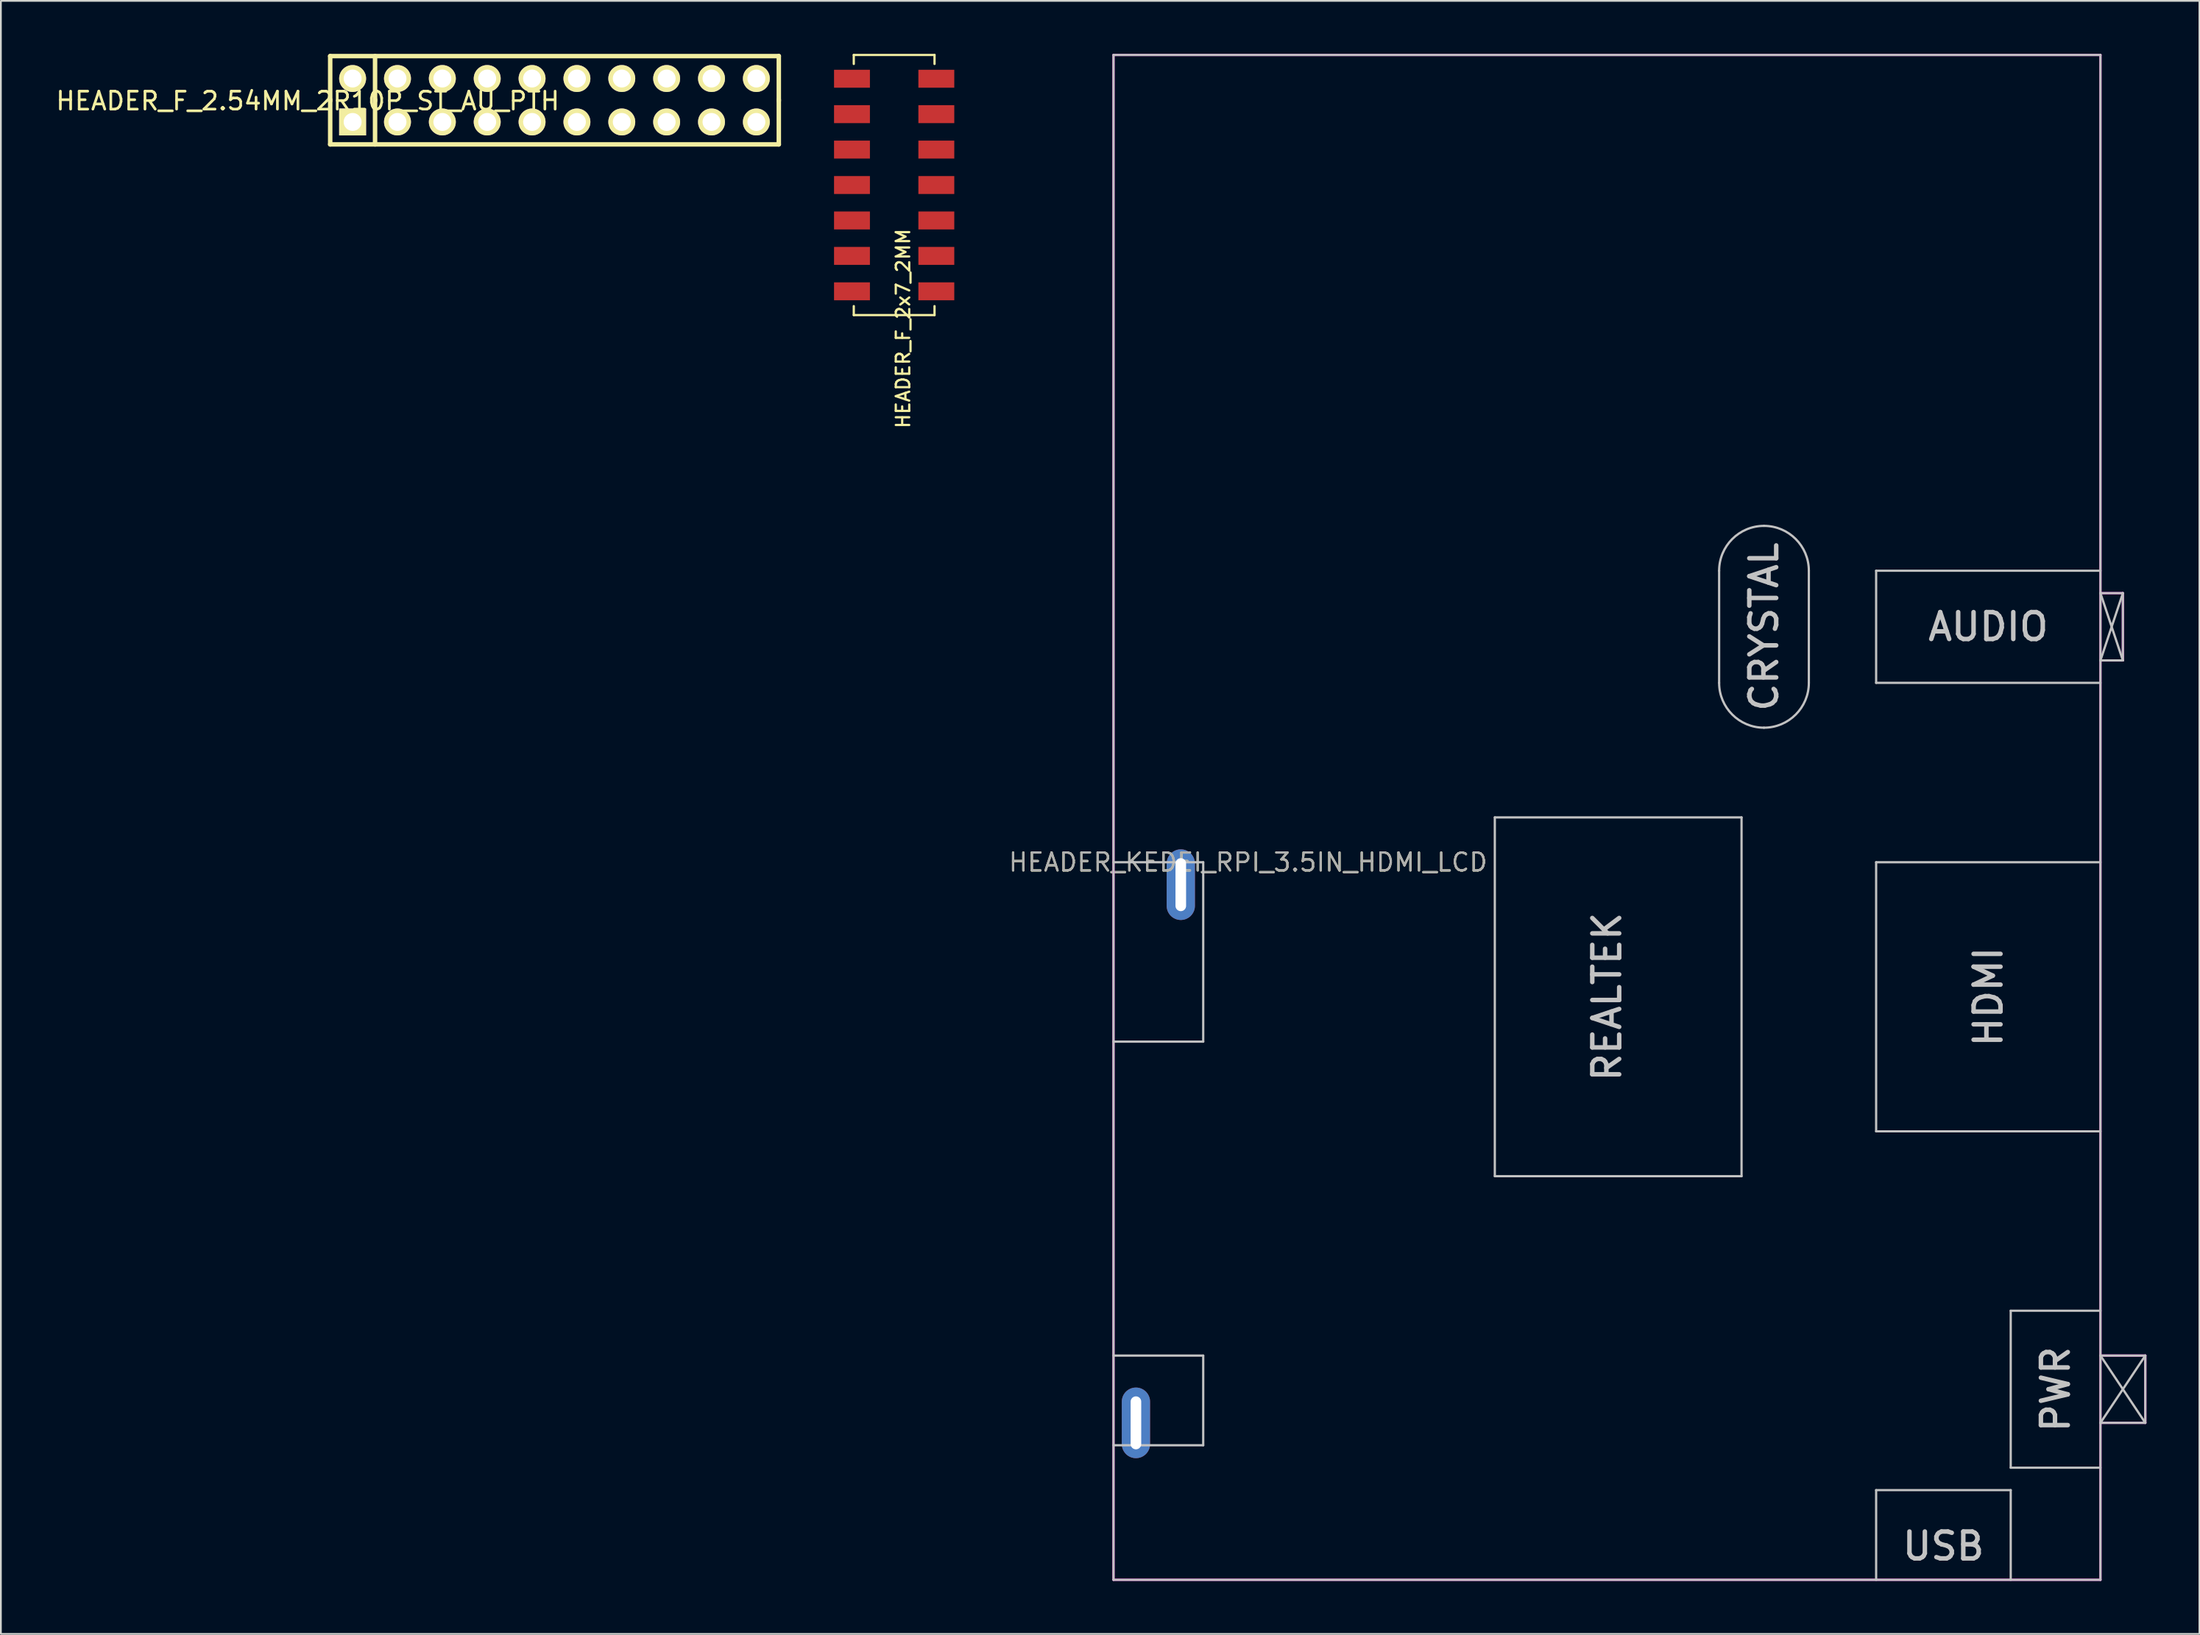
<source format=kicad_pcb>
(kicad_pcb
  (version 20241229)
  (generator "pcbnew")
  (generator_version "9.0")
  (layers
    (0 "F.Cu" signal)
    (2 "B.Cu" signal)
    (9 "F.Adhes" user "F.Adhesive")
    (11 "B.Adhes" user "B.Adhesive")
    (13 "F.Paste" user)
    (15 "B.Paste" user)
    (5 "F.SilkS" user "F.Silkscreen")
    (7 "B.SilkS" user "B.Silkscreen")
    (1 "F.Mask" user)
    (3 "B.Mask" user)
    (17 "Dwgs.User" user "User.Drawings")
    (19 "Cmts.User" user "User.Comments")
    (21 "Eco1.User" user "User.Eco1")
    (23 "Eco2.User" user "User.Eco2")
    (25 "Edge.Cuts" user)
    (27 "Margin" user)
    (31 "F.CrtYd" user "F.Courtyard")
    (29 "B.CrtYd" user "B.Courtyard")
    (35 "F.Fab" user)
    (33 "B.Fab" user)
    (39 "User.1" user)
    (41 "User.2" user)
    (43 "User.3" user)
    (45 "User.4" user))
  (footprint "HEADER_F_2x7_2MM"
    (layer "F.Cu")
    (at 47.576 7.429)
    (property "Reference" "HEADER_F_2x7_2MM" (at 0.508 8.128 90) (layer "F.SilkS") (effects (font (size 0.762 0.762) (thickness 0.127))))
    (attr through_hole)
    (fp_line (start -2.286 -7.366) (end 2.286 -7.366) (stroke (width 0.127) (type solid)) (layer "F.SilkS"))
    (fp_line (start -2.286 -6.858) (end -2.286 -7.366) (stroke (width 0.127) (type solid)) (layer "F.SilkS"))
    (fp_line (start -2.286 6.858) (end -2.286 7.366) (stroke (width 0.127) (type solid)) (layer "F.SilkS"))
    (fp_line (start -2.286 7.366) (end 2.286 7.366) (stroke (width 0.127) (type solid)) (layer "F.SilkS"))
    (fp_line (start 2.286 -7.366) (end 2.286 -6.858) (stroke (width 0.127) (type solid)) (layer "F.SilkS"))
    (fp_line (start 2.286 7.366) (end 2.286 6.858) (stroke (width 0.127) (type solid)) (layer "F.SilkS"))
    (pad "1" smd rect (at -2.388 -6.02) (size 2.032 1.016) (layers "F.Cu" "F.Mask" "F.Paste"))
    (pad "2" smd rect (at 2.388 -6.02) (size 2.032 1.016) (layers "F.Cu" "F.Mask" "F.Paste"))
    (pad "3" smd rect (at -2.388 -4.013) (size 2.032 1.016) (layers "F.Cu" "F.Mask" "F.Paste"))
    (pad "4" smd rect (at 2.388 -4.013) (size 2.032 1.016) (layers "F.Cu" "F.Mask" "F.Paste"))
    (pad "5" smd rect (at -2.388 -2.007) (size 2.032 1.016) (layers "F.Cu" "F.Mask" "F.Paste"))
    (pad "6" smd rect (at 2.388 -2.007) (size 2.032 1.016) (layers "F.Cu" "F.Mask" "F.Paste"))
    (pad "7" smd rect (at -2.388 0) (size 2.032 1.016) (layers "F.Cu" "F.Mask" "F.Paste"))
    (pad "8" smd rect (at 2.388 0) (size 2.032 1.016) (layers "F.Cu" "F.Mask" "F.Paste"))
    (pad "9" smd rect (at -2.388 2.007) (size 2.032 1.016) (layers "F.Cu" "F.Mask" "F.Paste"))
    (pad "10" smd rect (at 2.388 2.007) (size 2.032 1.016) (layers "F.Cu" "F.Mask" "F.Paste"))
    (pad "11" smd rect (at -2.388 4.013) (size 2.032 1.016) (layers "F.Cu" "F.Mask" "F.Paste"))
    (pad "12" smd rect (at 2.388 4.013) (size 2.032 1.016) (layers "F.Cu" "F.Mask" "F.Paste"))
    (pad "13" smd rect (at -2.388 6.02) (size 2.032 1.016) (layers "F.Cu" "F.Mask" "F.Paste"))
    (pad "14" smd rect (at 2.388 6.02) (size 2.032 1.016) (layers "F.Cu" "F.Mask" "F.Paste")))
  (footprint "HEADER_F_2.54MM_2R10P_ST_AU_PTH"
    (layer "F.Cu")
    (at 28.345 2.667)
    (property "Reference" "HEADER_F_2.54MM_2R10P_ST_AU_PTH" (at -13.97 0 0) (layer "F.SilkS") (effects (font (size 1.016 1.016) (thickness 0.152))))
    (attr through_hole)
    (fp_line (start -12.7 -2.54) (end 12.7 -2.54) (stroke (width 0.254) (type solid)) (layer "F.SilkS"))
    (fp_line (start -12.7 0) (end -12.7 -2.54) (stroke (width 0.254) (type solid)) (layer "F.SilkS"))
    (fp_line (start -12.7 2.46) (end -12.7 -0.08) (stroke (width 0.254) (type solid)) (layer "F.SilkS"))
    (fp_line (start -10.16 -2.54) (end -10.16 0) (stroke (width 0.254) (type solid)) (layer "F.SilkS"))
    (fp_line (start -10.16 -0.08) (end -10.16 2.46) (stroke (width 0.254) (type solid)) (layer "F.SilkS"))
    (fp_line (start 12.7 -2.54) (end 12.7 0) (stroke (width 0.254) (type solid)) (layer "F.SilkS"))
    (fp_line (start 12.7 -0.08) (end 12.7 2.46) (stroke (width 0.254) (type solid)) (layer "F.SilkS"))
    (fp_line (start 12.7 2.46) (end -12.7 2.46) (stroke (width 0.254) (type solid)) (layer "F.SilkS"))
    (pad "1" thru_hole rect (at -11.43 1.19) (size 1.524 1.524) (drill 1.016) (layers "*.Cu" "*.Mask" "F.SilkS"))
    (pad "2" thru_hole circle (at -11.43 -1.27) (size 1.524 1.524) (drill 1.016) (layers "*.Cu" "*.Mask" "F.SilkS"))
    (pad "3" thru_hole circle (at -8.89 1.19) (size 1.524 1.524) (drill 1.016) (layers "*.Cu" "*.Mask" "F.SilkS"))
    (pad "4" thru_hole circle (at -8.89 -1.27) (size 1.524 1.524) (drill 1.016) (layers "*.Cu" "*.Mask" "F.SilkS"))
    (pad "5" thru_hole circle (at -6.35 1.19) (size 1.524 1.524) (drill 1.016) (layers "*.Cu" "*.Mask" "F.SilkS"))
    (pad "6" thru_hole circle (at -6.35 -1.27) (size 1.524 1.524) (drill 1.016) (layers "*.Cu" "*.Mask" "F.SilkS"))
    (pad "7" thru_hole circle (at -3.81 1.19) (size 1.524 1.524) (drill 1.016) (layers "*.Cu" "*.Mask" "F.SilkS"))
    (pad "8" thru_hole circle (at -3.81 -1.27) (size 1.524 1.524) (drill 1.016) (layers "*.Cu" "*.Mask" "F.SilkS"))
    (pad "9" thru_hole circle (at -1.27 1.19) (size 1.524 1.524) (drill 1.016) (layers "*.Cu" "*.Mask" "F.SilkS"))
    (pad "10" thru_hole circle (at -1.27 -1.27) (size 1.524 1.524) (drill 1.016) (layers "*.Cu" "*.Mask" "F.SilkS"))
    (pad "11" thru_hole circle (at 1.27 1.19) (size 1.524 1.524) (drill 1.016) (layers "*.Cu" "*.Mask" "F.SilkS"))
    (pad "12" thru_hole circle (at 1.27 -1.27) (size 1.524 1.524) (drill 1.016) (layers "*.Cu" "*.Mask" "F.SilkS"))
    (pad "13" thru_hole circle (at 3.81 1.19) (size 1.524 1.524) (drill 1.016) (layers "*.Cu" "*.Mask" "F.SilkS"))
    (pad "14" thru_hole circle (at 3.81 -1.27) (size 1.524 1.524) (drill 1.016) (layers "*.Cu" "*.Mask" "F.SilkS"))
    (pad "15" thru_hole circle (at 6.35 1.19) (size 1.524 1.524) (drill 1.016) (layers "*.Cu" "*.Mask" "F.SilkS"))
    (pad "16" thru_hole circle (at 6.35 -1.27) (size 1.524 1.524) (drill 1.016) (layers "*.Cu" "*.Mask" "F.SilkS"))
    (pad "17" thru_hole circle (at 8.89 1.19) (size 1.524 1.524) (drill 1.016) (layers "*.Cu" "*.Mask" "F.SilkS"))
    (pad "18" thru_hole circle (at 8.89 -1.27) (size 1.524 1.524) (drill 1.016) (layers "*.Cu" "*.Mask" "F.SilkS"))
    (pad "19" thru_hole circle (at 11.43 1.19) (size 1.524 1.524) (drill 1.016) (layers "*.Cu" "*.Mask" "F.SilkS"))
    (pad "20" thru_hole circle (at 11.43 -1.27) (size 1.524 1.524) (drill 1.016) (layers "*.Cu" "*.Mask" "F.SilkS")))
  (footprint "HEADER_KEDEI_RPI_3.5IN_HDMI_LCD"
    (layer "F.Cu")
    (at 63.805 45.783)
    (property "Reference" "HEADER_KEDEI_RPI_3.5IN_HDMI_LCD" (at 3.81 0 0) (layer "F.SilkS") (effects (font (size 1.016 1.016) (thickness 0.127))))
    (attr through_hole)
    (fp_line (start -3.81 -45.72) (end 52.07 -45.72) (stroke (width 0.127) (type solid)) (layer "Dwgs.User"))
    (fp_line (start -3.81 0) (end 1.27 0) (stroke (width 0.127) (type solid)) (layer "Dwgs.User"))
    (fp_line (start -3.81 33.02) (end 1.27 33.02) (stroke (width 0.127) (type solid)) (layer "Dwgs.User"))
    (fp_line (start -3.81 40.64) (end -3.81 -45.72) (stroke (width 0.127) (type solid)) (layer "Dwgs.User"))
    (fp_line (start 1.27 0) (end 1.27 10.16) (stroke (width 0.127) (type solid)) (layer "Dwgs.User"))
    (fp_line (start 1.27 10.16) (end -3.81 10.16) (stroke (width 0.127) (type solid)) (layer "Dwgs.User"))
    (fp_line (start 1.27 27.94) (end -3.81 27.94) (stroke (width 0.127) (type solid)) (layer "Dwgs.User"))
    (fp_line (start 1.27 33.02) (end 1.27 27.94) (stroke (width 0.127) (type solid)) (layer "Dwgs.User"))
    (fp_line (start 17.78 -2.54) (end 17.78 17.78) (stroke (width 0.127) (type solid)) (layer "Dwgs.User"))
    (fp_line (start 17.78 17.78) (end 31.75 17.78) (stroke (width 0.127) (type solid)) (layer "Dwgs.User"))
    (fp_line (start 30.48 -16.51) (end 30.48 -10.16) (stroke (width 0.127) (type solid)) (layer "Dwgs.User"))
    (fp_line (start 31.75 -2.54) (end 17.78 -2.54) (stroke (width 0.127) (type solid)) (layer "Dwgs.User"))
    (fp_line (start 31.75 17.78) (end 31.75 -2.54) (stroke (width 0.127) (type solid)) (layer "Dwgs.User"))
    (fp_line (start 35.56 -16.51) (end 35.56 -10.16) (stroke (width 0.127) (type solid)) (layer "Dwgs.User"))
    (fp_line (start 39.37 -16.51) (end 39.37 -10.16) (stroke (width 0.127) (type solid)) (layer "Dwgs.User"))
    (fp_line (start 39.37 -10.16) (end 52.07 -10.16) (stroke (width 0.127) (type solid)) (layer "Dwgs.User"))
    (fp_line (start 39.37 0) (end 39.37 15.24) (stroke (width 0.127) (type solid)) (layer "Dwgs.User"))
    (fp_line (start 39.37 15.24) (end 52.07 15.24) (stroke (width 0.127) (type solid)) (layer "Dwgs.User"))
    (fp_line (start 39.37 35.56) (end 39.37 40.64) (stroke (width 0.127) (type solid)) (layer "Dwgs.User"))
    (fp_line (start 46.99 25.4) (end 52.07 25.4) (stroke (width 0.127) (type solid)) (layer "Dwgs.User"))
    (fp_line (start 46.99 34.29) (end 46.99 25.4) (stroke (width 0.127) (type solid)) (layer "Dwgs.User"))
    (fp_line (start 46.99 35.56) (end 39.37 35.56) (stroke (width 0.127) (type solid)) (layer "Dwgs.User"))
    (fp_line (start 46.99 40.64) (end 46.99 35.56) (stroke (width 0.127) (type solid)) (layer "Dwgs.User"))
    (fp_line (start 52.07 -45.72) (end 52.07 40.64) (stroke (width 0.127) (type solid)) (layer "Dwgs.User"))
    (fp_line (start 52.07 -16.51) (end 39.37 -16.51) (stroke (width 0.127) (type solid)) (layer "Dwgs.User"))
    (fp_line (start 52.07 -15.24) (end 53.34 -15.24) (stroke (width 0.127) (type solid)) (layer "Dwgs.User"))
    (fp_line (start 52.07 -15.24) (end 53.34 -11.43) (stroke (width 0.127) (type solid)) (layer "Dwgs.User"))
    (fp_line (start 52.07 -11.43) (end 53.34 -15.24) (stroke (width 0.127) (type solid)) (layer "Dwgs.User"))
    (fp_line (start 52.07 0) (end 39.37 0) (stroke (width 0.127) (type solid)) (layer "Dwgs.User"))
    (fp_line (start 52.07 27.94) (end 54.61 27.94) (stroke (width 0.127) (type solid)) (layer "Dwgs.User"))
    (fp_line (start 52.07 34.29) (end 46.99 34.29) (stroke (width 0.127) (type solid)) (layer "Dwgs.User"))
    (fp_line (start 52.07 40.64) (end -3.81 40.64) (stroke (width 0.127) (type solid)) (layer "Dwgs.User"))
    (fp_line (start 53.34 -15.24) (end 53.34 -11.43) (stroke (width 0.127) (type solid)) (layer "Dwgs.User"))
    (fp_line (start 53.34 -11.43) (end 52.07 -11.43) (stroke (width 0.127) (type solid)) (layer "Dwgs.User"))
    (fp_line (start 54.61 27.94) (end 52.07 31.75) (stroke (width 0.127) (type solid)) (layer "Dwgs.User"))
    (fp_line (start 54.61 27.94) (end 54.61 31.75) (stroke (width 0.127) (type solid)) (layer "Dwgs.User"))
    (fp_line (start 54.61 31.75) (end 52.07 27.94) (stroke (width 0.127) (type solid)) (layer "Dwgs.User"))
    (fp_line (start 54.61 31.75) (end 52.07 31.75) (stroke (width 0.127) (type solid)) (layer "Dwgs.User"))
    (fp_arc (start 30.48 -16.51) (mid 31.223949 -18.306051) (end 33.02 -19.05) (stroke (width 0.127) (type solid)) (layer "Dwgs.User"))
    (fp_arc (start 33.02 -19.05) (mid 34.816051 -18.306051) (end 35.56 -16.51) (stroke (width 0.127) (type solid)) (layer "Dwgs.User"))
    (fp_arc (start 33.02 -7.62) (mid 31.223949 -8.363949) (end 30.48 -10.16) (stroke (width 0.127) (type solid)) (layer "Dwgs.User"))
    (fp_arc (start 35.56 -10.16) (mid 34.816051 -8.363949) (end 33.02 -7.62) (stroke (width 0.127) (type solid)) (layer "Dwgs.User"))
    (fp_line (start -3.81 -45.72) (end 52.07 -45.72) (stroke (width 0.127) (type solid)) (layer "F.CrtYd"))
    (fp_line (start -3.81 40.64) (end -3.81 -45.72) (stroke (width 0.127) (type solid)) (layer "F.CrtYd"))
    (fp_line (start 52.07 -45.72) (end 52.07 40.64) (stroke (width 0.127) (type solid)) (layer "F.CrtYd"))
    (fp_line (start 52.07 -15.24) (end 53.34 -15.24) (stroke (width 0.127) (type solid)) (layer "F.CrtYd"))
    (fp_line (start 52.07 27.94) (end 54.61 27.94) (stroke (width 0.127) (type solid)) (layer "F.CrtYd"))
    (fp_line (start 52.07 40.64) (end -3.81 40.64) (stroke (width 0.127) (type solid)) (layer "F.CrtYd"))
    (fp_line (start 53.34 -15.24) (end 53.34 -11.43) (stroke (width 0.127) (type solid)) (layer "F.CrtYd"))
    (fp_line (start 53.34 -11.43) (end 52.07 -11.43) (stroke (width 0.127) (type solid)) (layer "F.CrtYd"))
    (fp_line (start 54.61 27.94) (end 54.61 31.75) (stroke (width 0.127) (type solid)) (layer "F.CrtYd"))
    (fp_line (start 54.61 31.75) (end 52.07 31.75) (stroke (width 0.127) (type solid)) (layer "F.CrtYd"))
    (fp_text user "CRYSTAL" (at 33.02 -13.335 90) (layer "Dwgs.User") (effects (font (size 1.524 1.524) (thickness 0.254))))
    (fp_text user "AUDIO" (at 45.72 -13.335 0) (layer "Dwgs.User") (effects (font (size 1.524 1.524) (thickness 0.254))))
    (fp_text user "USB" (at 43.18 38.735 0) (layer "Dwgs.User") (effects (font (size 1.524 1.524) (thickness 0.254))))
    (fp_text user "REALTEK" (at 24.13 7.62 90) (layer "Dwgs.User") (effects (font (size 1.524 1.524) (thickness 0.254))))
    (fp_text user "PWR" (at 49.53 29.845 90) (layer "Dwgs.User") (effects (font (size 1.524 1.524) (thickness 0.254))))
    (fp_text user "HDMI" (at 45.72 7.62 90) (layer "Dwgs.User") (effects (font (size 1.524 1.524) (thickness 0.254))))
    (fp_text user "${REFERENCE}" (at 3.81 0 0) (layer "F.Fab") (effects (font (size 1.016 1.016) (thickness 0.127))))
    (pad "1" thru_hole oval (at 0 1.27) (size 1.6 4) (drill oval 0.6 3) (layers "*.Cu" "*.Mask"))
    (pad "2" thru_hole oval (at -2.54 31.75) (size 1.6 4) (drill oval 0.6 3) (layers "*.Cu" "*.Mask")))
  (gr_rect
    (start -3 -3)
    (end 121.478 89.487)
    (stroke (width 0.1) (type default))
    (fill no)
    (layer "Edge.Cuts")))
</source>
